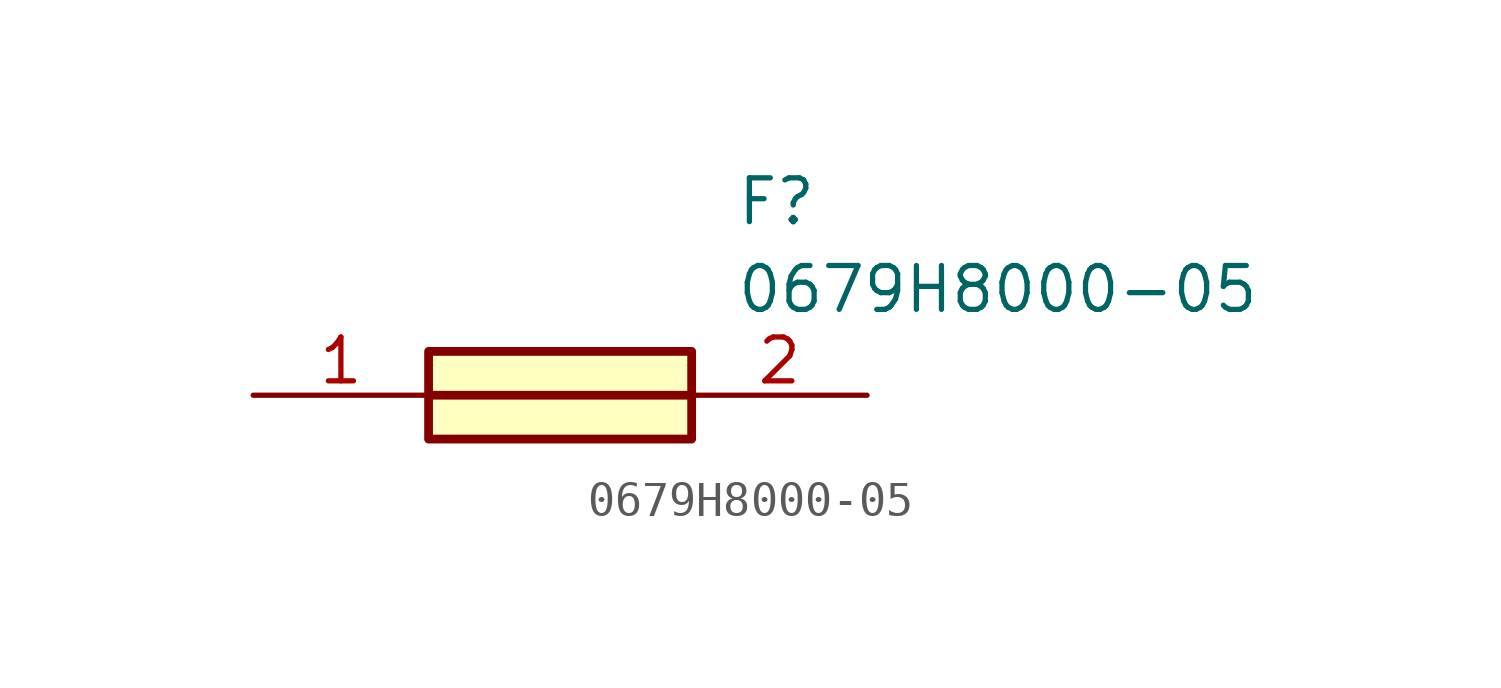
<source format=kicad_sym>
(kicad_symbol_lib
  (version 20211014)
  (generator SamacSys_ECAD_Model)
  (symbol "0679H8000-05"
    (pin_names hide)
    (property "Reference" "F"
      (at 13.97 6.35 0)
      (effects (font (size 1.27 1.27)) (justify left top)))
    (property "Value" "0679H8000-05"
      (at 13.97 3.81 0)
      (effects (font (size 1.27 1.27)) (justify left top)))
    (rectangle
      (start 5.08 1.27)
      (end 12.7 -1.27)
      (stroke (width 0.254) (type default))
      (fill (type background)))
    (polyline
      (pts (xy 5.08 0) (xy 12.7 0))
      (stroke (width 0.254) (type default))
      (fill (type none)))
    (pin passive line
      (at 0 0 0)
      (length 5.08)
      (name "1" (effects (font (size 1.27 1.27))))
      (number "1" (effects (font (size 1.27 1.27)))))
    (pin passive line
      (at 17.78 0 180)
      (length 5.08)
      (name "2" (effects (font (size 1.27 1.27))))
      (number "2" (effects (font (size 1.27 1.27)))))))
</source>
